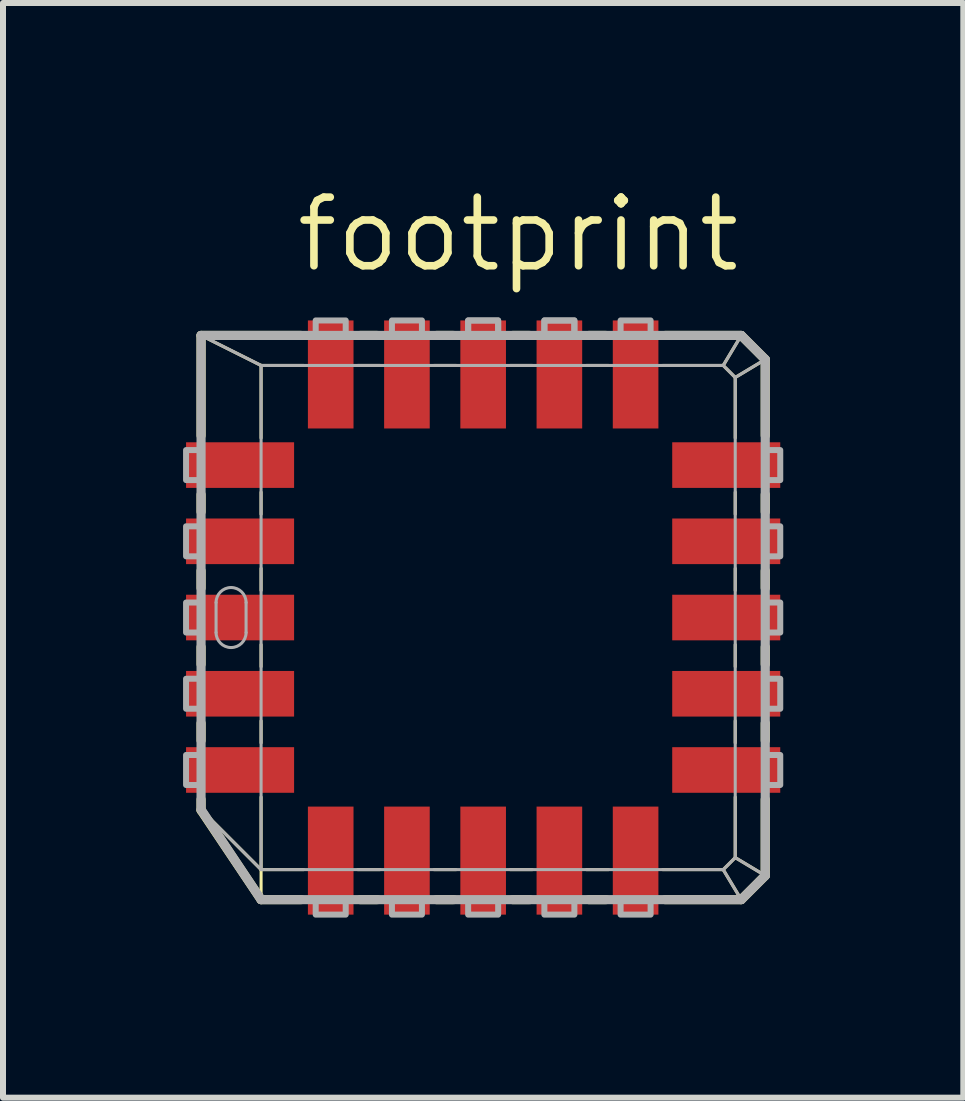
<source format=kicad_pcb>
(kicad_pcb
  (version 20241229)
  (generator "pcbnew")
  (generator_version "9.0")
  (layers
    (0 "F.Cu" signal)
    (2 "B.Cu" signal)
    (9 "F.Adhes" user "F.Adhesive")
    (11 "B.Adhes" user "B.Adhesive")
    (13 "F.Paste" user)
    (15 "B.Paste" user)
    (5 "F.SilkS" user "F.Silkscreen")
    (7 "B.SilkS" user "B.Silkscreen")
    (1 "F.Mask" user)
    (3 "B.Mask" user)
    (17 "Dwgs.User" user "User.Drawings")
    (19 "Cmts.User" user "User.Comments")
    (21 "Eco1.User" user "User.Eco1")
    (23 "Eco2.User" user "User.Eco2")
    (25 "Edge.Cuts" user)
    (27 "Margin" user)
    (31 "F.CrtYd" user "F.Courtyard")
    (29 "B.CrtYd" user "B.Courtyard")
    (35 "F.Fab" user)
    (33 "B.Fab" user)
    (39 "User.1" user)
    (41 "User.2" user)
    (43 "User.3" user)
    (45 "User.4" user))
  (footprint "footprint"
    (layer "F.Cu")
    (at 5 7.239)
    (property "Reference" "footprint" (at -3.175 -5.715 0) (layer "F.SilkS") (effects (font (size 1.143 1.143) (thickness 0.127)) (justify left bottom)))
    (fp_line (start -4.7 -4.7) (end -3.7 -4.2) (stroke (width 0.051) (type solid)) (layer "F.SilkS"))
    (fp_line (start -4.7 -4.7) (end -3.031 -4.7) (stroke (width 0.152) (type solid)) (layer "F.SilkS"))
    (fp_line (start -4.7 -3.031) (end -4.7 -4.7) (stroke (width 0.152) (type solid)) (layer "F.SilkS"))
    (fp_line (start -4.7 -1.761) (end -4.7 -2.049) (stroke (width 0.152) (type solid)) (layer "F.SilkS"))
    (fp_line (start -4.7 -0.491) (end -4.7 -0.779) (stroke (width 0.152) (type solid)) (layer "F.SilkS"))
    (fp_line (start -4.7 0.779) (end -4.7 0.491) (stroke (width 0.152) (type solid)) (layer "F.SilkS"))
    (fp_line (start -4.7 2.049) (end -4.7 1.761) (stroke (width 0.152) (type solid)) (layer "F.SilkS"))
    (fp_line (start -4.7 3.21) (end -4.7 3.031) (stroke (width 0.152) (type solid)) (layer "F.SilkS"))
    (fp_line (start -3.7 -4.2) (end -2.991 -4.2) (stroke (width 0.051) (type solid)) (layer "F.SilkS"))
    (fp_line (start -3.7 -2.991) (end -3.7 -4.2) (stroke (width 0.051) (type solid)) (layer "F.SilkS"))
    (fp_line (start -3.7 -1.721) (end -3.7 -2.089) (stroke (width 0.051) (type solid)) (layer "F.SilkS"))
    (fp_line (start -3.7 -0.451) (end -3.7 -0.819) (stroke (width 0.051) (type solid)) (layer "F.SilkS"))
    (fp_line (start -3.7 0.819) (end -3.7 0.451) (stroke (width 0.051) (type solid)) (layer "F.SilkS"))
    (fp_line (start -3.7 2.089) (end -3.7 1.721) (stroke (width 0.051) (type solid)) (layer "F.SilkS"))
    (fp_line (start -3.7 4.2) (end -4.69 3.21) (stroke (width 0.051) (type solid)) (layer "F.SilkS"))
    (fp_line (start -3.7 4.2) (end -3.7 2.991) (stroke (width 0.051) (type solid)) (layer "F.SilkS"))
    (fp_line (start -3.7 4.2) (end -3.7 4.69) (stroke (width 0.051) (type solid)) (layer "F.SilkS"))
    (fp_line (start -3.7 4.7) (end -4.7 3.21) (stroke (width 0.152) (type solid)) (layer "F.SilkS"))
    (fp_line (start -3.031 4.7) (end -3.7 4.7) (stroke (width 0.152) (type solid)) (layer "F.SilkS"))
    (fp_line (start -2.991 4.2) (end -3.7 4.2) (stroke (width 0.051) (type solid)) (layer "F.SilkS"))
    (fp_line (start -2.089 -4.2) (end -1.721 -4.2) (stroke (width 0.051) (type solid)) (layer "F.SilkS"))
    (fp_line (start -2.049 -4.7) (end -1.761 -4.7) (stroke (width 0.152) (type solid)) (layer "F.SilkS"))
    (fp_line (start -1.761 4.7) (end -2.049 4.7) (stroke (width 0.152) (type solid)) (layer "F.SilkS"))
    (fp_line (start -1.721 4.2) (end -2.089 4.2) (stroke (width 0.051) (type solid)) (layer "F.SilkS"))
    (fp_line (start -0.819 -4.2) (end -0.451 -4.2) (stroke (width 0.051) (type solid)) (layer "F.SilkS"))
    (fp_line (start -0.779 -4.7) (end -0.491 -4.7) (stroke (width 0.152) (type solid)) (layer "F.SilkS"))
    (fp_line (start -0.491 4.7) (end -0.779 4.7) (stroke (width 0.152) (type solid)) (layer "F.SilkS"))
    (fp_line (start -0.451 4.2) (end -0.819 4.2) (stroke (width 0.051) (type solid)) (layer "F.SilkS"))
    (fp_line (start 0.451 -4.2) (end 0.819 -4.2) (stroke (width 0.051) (type solid)) (layer "F.SilkS"))
    (fp_line (start 0.491 -4.7) (end 0.779 -4.7) (stroke (width 0.152) (type solid)) (layer "F.SilkS"))
    (fp_line (start 0.779 4.7) (end 0.491 4.7) (stroke (width 0.152) (type solid)) (layer "F.SilkS"))
    (fp_line (start 0.819 4.2) (end 0.451 4.2) (stroke (width 0.051) (type solid)) (layer "F.SilkS"))
    (fp_line (start 1.721 -4.2) (end 2.089 -4.2) (stroke (width 0.051) (type solid)) (layer "F.SilkS"))
    (fp_line (start 1.761 -4.7) (end 2.049 -4.7) (stroke (width 0.152) (type solid)) (layer "F.SilkS"))
    (fp_line (start 2.049 4.7) (end 1.761 4.7) (stroke (width 0.152) (type solid)) (layer "F.SilkS"))
    (fp_line (start 2.089 4.2) (end 1.721 4.2) (stroke (width 0.051) (type solid)) (layer "F.SilkS"))
    (fp_line (start 2.991 -4.2) (end 4 -4.2) (stroke (width 0.051) (type solid)) (layer "F.SilkS"))
    (fp_line (start 3.031 -4.7) (end 4.3 -4.7) (stroke (width 0.152) (type solid)) (layer "F.SilkS"))
    (fp_line (start 4 -4.2) (end 4.2 -4) (stroke (width 0.051) (type solid)) (layer "F.SilkS"))
    (fp_line (start 4 4.2) (end 2.991 4.2) (stroke (width 0.051) (type solid)) (layer "F.SilkS"))
    (fp_line (start 4 4.2) (end 4.3 4.7) (stroke (width 0.051) (type solid)) (layer "F.SilkS"))
    (fp_line (start 4.2 -4) (end 4.2 -2.991) (stroke (width 0.051) (type solid)) (layer "F.SilkS"))
    (fp_line (start 4.2 -4) (end 4.7 -4.3) (stroke (width 0.051) (type solid)) (layer "F.SilkS"))
    (fp_line (start 4.2 -2.089) (end 4.2 -1.721) (stroke (width 0.051) (type solid)) (layer "F.SilkS"))
    (fp_line (start 4.2 -0.819) (end 4.2 -0.451) (stroke (width 0.051) (type solid)) (layer "F.SilkS"))
    (fp_line (start 4.2 0.451) (end 4.2 0.819) (stroke (width 0.051) (type solid)) (layer "F.SilkS"))
    (fp_line (start 4.2 1.721) (end 4.2 2.089) (stroke (width 0.051) (type solid)) (layer "F.SilkS"))
    (fp_line (start 4.2 2.991) (end 4.2 4) (stroke (width 0.051) (type solid)) (layer "F.SilkS"))
    (fp_line (start 4.2 4) (end 4 4.2) (stroke (width 0.051) (type solid)) (layer "F.SilkS"))
    (fp_line (start 4.2 4) (end 4.7 4.3) (stroke (width 0.051) (type solid)) (layer "F.SilkS"))
    (fp_line (start 4.3 -4.7) (end 4 -4.2) (stroke (width 0.051) (type solid)) (layer "F.SilkS"))
    (fp_line (start 4.3 -4.7) (end 4.7 -4.3) (stroke (width 0.152) (type solid)) (layer "F.SilkS"))
    (fp_line (start 4.3 4.7) (end 3.031 4.7) (stroke (width 0.152) (type solid)) (layer "F.SilkS"))
    (fp_line (start 4.7 -4.3) (end 4.7 -3.031) (stroke (width 0.152) (type solid)) (layer "F.SilkS"))
    (fp_line (start 4.7 -2.049) (end 4.7 -1.761) (stroke (width 0.152) (type solid)) (layer "F.SilkS"))
    (fp_line (start 4.7 -0.779) (end 4.7 -0.491) (stroke (width 0.152) (type solid)) (layer "F.SilkS"))
    (fp_line (start 4.7 0.491) (end 4.7 0.779) (stroke (width 0.152) (type solid)) (layer "F.SilkS"))
    (fp_line (start 4.7 1.761) (end 4.7 2.049) (stroke (width 0.152) (type solid)) (layer "F.SilkS"))
    (fp_line (start 4.7 3.031) (end 4.7 4.3) (stroke (width 0.152) (type solid)) (layer "F.SilkS"))
    (fp_line (start 4.7 4.3) (end 4.3 4.7) (stroke (width 0.152) (type solid)) (layer "F.SilkS"))
    (fp_line (start -4.7 -4.7) (end -3.7 -4.2) (stroke (width 0.051) (type solid)) (layer "F.Fab"))
    (fp_line (start -4.7 -4.7) (end 4.3 -4.7) (stroke (width 0.152) (type solid)) (layer "F.Fab"))
    (fp_line (start -4.7 3.2) (end -4.7 -4.7) (stroke (width 0.152) (type solid)) (layer "F.Fab"))
    (fp_line (start -4.7 3.2) (end -3.7 4.2) (stroke (width 0.051) (type solid)) (layer "F.Fab"))
    (fp_line (start -4.45 -0.25) (end -4.45 0.25) (stroke (width 0.051) (type solid)) (layer "F.Fab"))
    (fp_line (start -3.95 -0.25) (end -3.95 0.25) (stroke (width 0.051) (type solid)) (layer "F.Fab"))
    (fp_line (start -3.7 -4.2) (end 4 -4.2) (stroke (width 0.051) (type solid)) (layer "F.Fab"))
    (fp_line (start -3.7 4.2) (end -3.7 -4.2) (stroke (width 0.051) (type solid)) (layer "F.Fab"))
    (fp_line (start -3.7 4.7) (end -4.7 3.2) (stroke (width 0.152) (type solid)) (layer "F.Fab"))
    (fp_line (start 4 -4.2) (end 4.2 -4) (stroke (width 0.051) (type solid)) (layer "F.Fab"))
    (fp_line (start 4 4.2) (end -3.7 4.2) (stroke (width 0.051) (type solid)) (layer "F.Fab"))
    (fp_line (start 4 4.2) (end 4.3 4.7) (stroke (width 0.051) (type solid)) (layer "F.Fab"))
    (fp_line (start 4.2 -4) (end 4.2 4) (stroke (width 0.051) (type solid)) (layer "F.Fab"))
    (fp_line (start 4.2 -4) (end 4.7 -4.3) (stroke (width 0.051) (type solid)) (layer "F.Fab"))
    (fp_line (start 4.2 4) (end 4 4.2) (stroke (width 0.051) (type solid)) (layer "F.Fab"))
    (fp_line (start 4.2 4) (end 4.7 4.3) (stroke (width 0.051) (type solid)) (layer "F.Fab"))
    (fp_line (start 4.3 -4.7) (end 4 -4.2) (stroke (width 0.051) (type solid)) (layer "F.Fab"))
    (fp_line (start 4.3 -4.7) (end 4.7 -4.3) (stroke (width 0.152) (type solid)) (layer "F.Fab"))
    (fp_line (start 4.3 4.7) (end -3.7 4.7) (stroke (width 0.152) (type solid)) (layer "F.Fab"))
    (fp_line (start 4.7 -4.3) (end 4.7 4.3) (stroke (width 0.152) (type solid)) (layer "F.Fab"))
    (fp_line (start 4.7 4.3) (end 4.3 4.7) (stroke (width 0.152) (type solid)) (layer "F.Fab"))
    (fp_arc (start -4.45 -0.25) (mid -4.199999 -0.499999) (end -3.95 -0.249998) (stroke (width 0.0508) (type solid)) (layer "F.Fab"))
    (fp_arc (start -3.95 0.249998) (mid -4.199999 0.499999) (end -4.45 0.25) (stroke (width 0.0508) (type solid)) (layer "F.Fab"))
    (fp_poly (pts (xy -4.95 -2.29) (xy -4.7 -2.29) (xy -4.7 -2.79) (xy -4.95 -2.79)) (stroke (width 0.1) (type solid)) (fill no) (layer "F.Fab"))
    (fp_poly (pts (xy -4.95 -1.02) (xy -4.7 -1.02) (xy -4.7 -1.52) (xy -4.95 -1.52)) (stroke (width 0.1) (type solid)) (fill no) (layer "F.Fab"))
    (fp_poly (pts (xy -4.95 0.25) (xy -4.7 0.25) (xy -4.7 -0.25) (xy -4.95 -0.25)) (stroke (width 0.1) (type solid)) (fill no) (layer "F.Fab"))
    (fp_poly (pts (xy -4.95 1.52) (xy -4.7 1.52) (xy -4.7 1.02) (xy -4.95 1.02)) (stroke (width 0.1) (type solid)) (fill no) (layer "F.Fab"))
    (fp_poly (pts (xy -4.95 2.79) (xy -4.7 2.79) (xy -4.7 2.29) (xy -4.95 2.29)) (stroke (width 0.1) (type solid)) (fill no) (layer "F.Fab"))
    (fp_poly (pts (xy -2.79 -4.7) (xy -2.29 -4.7) (xy -2.29 -4.95) (xy -2.79 -4.95)) (stroke (width 0.1) (type solid)) (fill no) (layer "F.Fab"))
    (fp_poly (pts (xy -2.79 4.95) (xy -2.29 4.95) (xy -2.29 4.7) (xy -2.79 4.7)) (stroke (width 0.1) (type solid)) (fill no) (layer "F.Fab"))
    (fp_poly (pts (xy -1.52 -4.7) (xy -1.02 -4.7) (xy -1.02 -4.95) (xy -1.52 -4.95)) (stroke (width 0.1) (type solid)) (fill no) (layer "F.Fab"))
    (fp_poly (pts (xy -1.52 4.95) (xy -1.02 4.95) (xy -1.02 4.7) (xy -1.52 4.7)) (stroke (width 0.1) (type solid)) (fill no) (layer "F.Fab"))
    (fp_poly (pts (xy -0.25 -4.7) (xy 0.25 -4.7) (xy 0.25 -4.95) (xy -0.25 -4.95)) (stroke (width 0.1) (type solid)) (fill no) (layer "F.Fab"))
    (fp_poly (pts (xy -0.25 -4.7) (xy 0.25 -4.7) (xy 0.25 -4.95) (xy -0.25 -4.95)) (stroke (width 0.1) (type solid)) (fill no) (layer "F.Fab"))
    (fp_poly (pts (xy -0.25 4.95) (xy 0.25 4.95) (xy 0.25 4.7) (xy -0.25 4.7)) (stroke (width 0.1) (type solid)) (fill no) (layer "F.Fab"))
    (fp_poly (pts (xy 1.02 -4.7) (xy 1.52 -4.7) (xy 1.52 -4.95) (xy 1.02 -4.95)) (stroke (width 0.1) (type solid)) (fill no) (layer "F.Fab"))
    (fp_poly (pts (xy 1.02 -4.7) (xy 1.52 -4.7) (xy 1.52 -4.95) (xy 1.02 -4.95)) (stroke (width 0.1) (type solid)) (fill no) (layer "F.Fab"))
    (fp_poly (pts (xy 1.02 4.95) (xy 1.52 4.95) (xy 1.52 4.7) (xy 1.02 4.7)) (stroke (width 0.1) (type solid)) (fill no) (layer "F.Fab"))
    (fp_poly (pts (xy 2.29 -4.7) (xy 2.79 -4.7) (xy 2.79 -4.95) (xy 2.29 -4.95)) (stroke (width 0.1) (type solid)) (fill no) (layer "F.Fab"))
    (fp_poly (pts (xy 2.29 4.95) (xy 2.79 4.95) (xy 2.79 4.7) (xy 2.29 4.7)) (stroke (width 0.1) (type solid)) (fill no) (layer "F.Fab"))
    (fp_poly (pts (xy 4.7 -2.29) (xy 4.95 -2.29) (xy 4.95 -2.79) (xy 4.7 -2.79)) (stroke (width 0.1) (type solid)) (fill no) (layer "F.Fab"))
    (fp_poly (pts (xy 4.7 -1.02) (xy 4.95 -1.02) (xy 4.95 -1.52) (xy 4.7 -1.52)) (stroke (width 0.1) (type solid)) (fill no) (layer "F.Fab"))
    (fp_poly (pts (xy 4.7 0.25) (xy 4.95 0.25) (xy 4.95 -0.25) (xy 4.7 -0.25)) (stroke (width 0.1) (type solid)) (fill no) (layer "F.Fab"))
    (fp_poly (pts (xy 4.7 1.52) (xy 4.95 1.52) (xy 4.95 1.02) (xy 4.7 1.02)) (stroke (width 0.1) (type solid)) (fill no) (layer "F.Fab"))
    (fp_poly (pts (xy 4.7 2.79) (xy 4.95 2.79) (xy 4.95 2.29) (xy 4.7 2.29)) (stroke (width 0.1) (type solid)) (fill no) (layer "F.Fab"))
    (pad "1" smd rect (at -4.05 0) (size 1.8 0.76) (layers "F.Cu" "F.Mask" "F.Paste"))
    (pad "2" smd rect (at -4.05 1.27) (size 1.8 0.76) (layers "F.Cu" "F.Mask" "F.Paste"))
    (pad "3" smd rect (at -4.05 2.54) (size 1.8 0.76) (layers "F.Cu" "F.Mask" "F.Paste"))
    (pad "4" smd rect (at -2.54 4.05) (size 0.76 1.8) (layers "F.Cu" "F.Mask" "F.Paste"))
    (pad "5" smd rect (at -1.27 4.05) (size 0.76 1.8) (layers "F.Cu" "F.Mask" "F.Paste"))
    (pad "6" smd rect (at 0 4.05) (size 0.76 1.8) (layers "F.Cu" "F.Mask" "F.Paste"))
    (pad "7" smd rect (at 1.27 4.05) (size 0.76 1.8) (layers "F.Cu" "F.Mask" "F.Paste"))
    (pad "8" smd rect (at 2.54 4.05) (size 0.76 1.8) (layers "F.Cu" "F.Mask" "F.Paste"))
    (pad "9" smd rect (at 4.05 2.54) (size 1.8 0.76) (layers "F.Cu" "F.Mask" "F.Paste"))
    (pad "10" smd rect (at 4.05 1.27) (size 1.8 0.76) (layers "F.Cu" "F.Mask" "F.Paste"))
    (pad "11" smd rect (at 4.05 0) (size 1.8 0.76) (layers "F.Cu" "F.Mask" "F.Paste"))
    (pad "12" smd rect (at 4.05 -1.27) (size 1.8 0.76) (layers "F.Cu" "F.Mask" "F.Paste"))
    (pad "13" smd rect (at 4.05 -2.54) (size 1.8 0.76) (layers "F.Cu" "F.Mask" "F.Paste"))
    (pad "14" smd rect (at 2.54 -4.05) (size 0.76 1.8) (layers "F.Cu" "F.Mask" "F.Paste"))
    (pad "15" smd rect (at 1.27 -4.05) (size 0.76 1.8) (layers "F.Cu" "F.Mask" "F.Paste"))
    (pad "16" smd rect (at 0 -4.05) (size 0.76 1.8) (layers "F.Cu" "F.Mask" "F.Paste"))
    (pad "17" smd rect (at -1.27 -4.05) (size 0.76 1.8) (layers "F.Cu" "F.Mask" "F.Paste"))
    (pad "18" smd rect (at -2.54 -4.05) (size 0.76 1.8) (layers "F.Cu" "F.Mask" "F.Paste"))
    (pad "19" smd rect (at -4.05 -2.54) (size 1.8 0.76) (layers "F.Cu" "F.Mask" "F.Paste"))
    (pad "20" smd rect (at -4.05 -1.27) (size 1.8 0.76) (layers "F.Cu" "F.Mask" "F.Paste")))
  (gr_rect
    (start -3 -3)
    (end 13 15.239)
    (stroke (width 0.1) (type default))
    (fill no)
    (layer "Edge.Cuts")))
</source>
